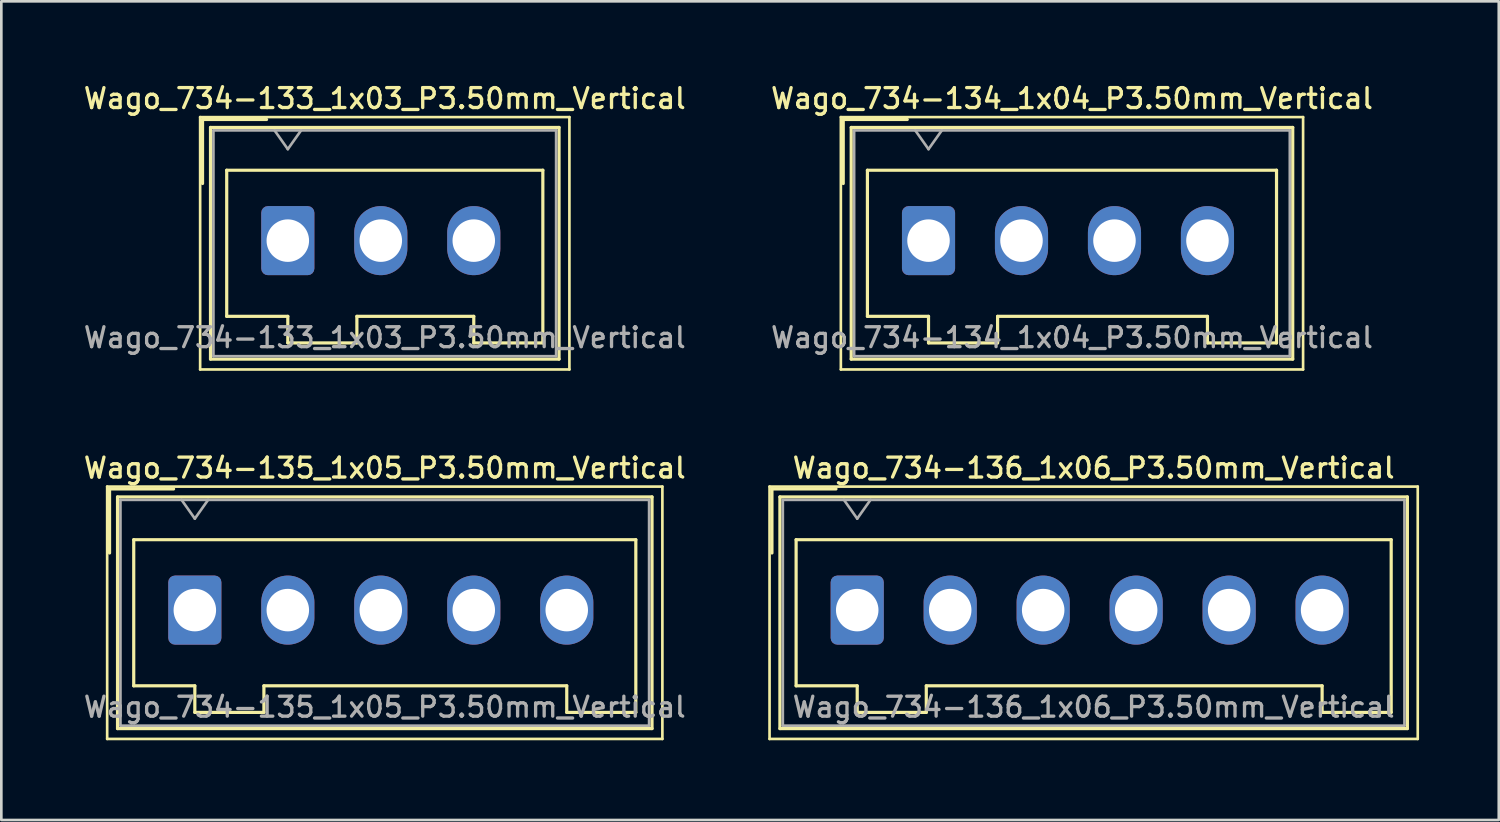
<source format=kicad_pcb>
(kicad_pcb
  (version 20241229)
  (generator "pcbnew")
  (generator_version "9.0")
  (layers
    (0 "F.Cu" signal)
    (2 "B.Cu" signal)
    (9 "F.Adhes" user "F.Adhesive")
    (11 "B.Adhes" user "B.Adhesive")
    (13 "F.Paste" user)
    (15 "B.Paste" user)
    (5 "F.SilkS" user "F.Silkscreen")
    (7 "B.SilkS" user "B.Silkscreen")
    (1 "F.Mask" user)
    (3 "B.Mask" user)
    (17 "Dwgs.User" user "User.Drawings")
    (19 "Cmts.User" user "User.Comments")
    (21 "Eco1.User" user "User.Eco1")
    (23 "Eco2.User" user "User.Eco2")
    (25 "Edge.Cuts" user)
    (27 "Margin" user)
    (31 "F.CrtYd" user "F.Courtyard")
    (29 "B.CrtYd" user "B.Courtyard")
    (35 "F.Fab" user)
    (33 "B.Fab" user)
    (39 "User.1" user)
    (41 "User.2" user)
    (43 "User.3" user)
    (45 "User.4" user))
  (footprint "Wago_734-133_1x03_P3.50mm_Vertical"
    (layer "F.Cu")
    (at 7.784 6.008)
    (property "Reference" "Wago_734-133_1x03_P3.50mm_Vertical" (at 3.65 -5.35 0) (layer "F.SilkS") (effects (font (size 0.75 0.75) (thickness 0.125))))
    (attr through_hole)
    (fp_line (start -3.3 -4.65) (end -3.3 4.85) (stroke (width 0.1) (type solid)) (layer "F.SilkS"))
    (fp_line (start -3.3 4.85) (end 10.6 4.85) (stroke (width 0.1) (type solid)) (layer "F.SilkS"))
    (fp_line (start -3.21 -4.56) (end -0.8 -4.56) (stroke (width 0.12) (type solid)) (layer "F.SilkS"))
    (fp_line (start -3.21 -2.15) (end -3.21 -4.56) (stroke (width 0.12) (type solid)) (layer "F.SilkS"))
    (fp_line (start -2.91 -4.26) (end -2.91 4.46) (stroke (width 0.12) (type solid)) (layer "F.SilkS"))
    (fp_line (start -2.91 4.46) (end 10.21 4.46) (stroke (width 0.12) (type solid)) (layer "F.SilkS"))
    (fp_line (start -2.3 -2.65) (end -2.3 2.85) (stroke (width 0.12) (type solid)) (layer "F.SilkS"))
    (fp_line (start -2.3 2.85) (end 0 2.85) (stroke (width 0.12) (type solid)) (layer "F.SilkS"))
    (fp_line (start 0 2.85) (end 0 3.85) (stroke (width 0.12) (type solid)) (layer "F.SilkS"))
    (fp_line (start 0 3.85) (end 2.6 3.85) (stroke (width 0.12) (type solid)) (layer "F.SilkS"))
    (fp_line (start 2.6 2.85) (end 7 2.85) (stroke (width 0.12) (type solid)) (layer "F.SilkS"))
    (fp_line (start 2.6 3.85) (end 2.6 2.85) (stroke (width 0.12) (type solid)) (layer "F.SilkS"))
    (fp_line (start 7 2.85) (end 7 3.85) (stroke (width 0.12) (type solid)) (layer "F.SilkS"))
    (fp_line (start 7 3.85) (end 9.6 3.85) (stroke (width 0.12) (type solid)) (layer "F.SilkS"))
    (fp_line (start 9.6 -2.65) (end -2.3 -2.65) (stroke (width 0.12) (type solid)) (layer "F.SilkS"))
    (fp_line (start 9.6 3.85) (end 9.6 -2.65) (stroke (width 0.12) (type solid)) (layer "F.SilkS"))
    (fp_line (start 10.21 -4.26) (end -2.91 -4.26) (stroke (width 0.12) (type solid)) (layer "F.SilkS"))
    (fp_line (start 10.21 4.46) (end 10.21 -4.26) (stroke (width 0.12) (type solid)) (layer "F.SilkS"))
    (fp_line (start 10.6 -4.65) (end -3.3 -4.65) (stroke (width 0.1) (type solid)) (layer "F.SilkS"))
    (fp_line (start 10.6 4.85) (end 10.6 -4.65) (stroke (width 0.1) (type solid)) (layer "F.SilkS"))
    (fp_line (start -2.8 -4.15) (end -2.8 4.35) (stroke (width 0.1) (type solid)) (layer "F.Fab"))
    (fp_line (start -2.8 4.35) (end 10.1 4.35) (stroke (width 0.1) (type solid)) (layer "F.Fab"))
    (fp_line (start -0.5 -4.15) (end 0 -3.443) (stroke (width 0.1) (type solid)) (layer "F.Fab"))
    (fp_line (start 0 -3.443) (end 0.5 -4.15) (stroke (width 0.1) (type solid)) (layer "F.Fab"))
    (fp_line (start 10.1 -4.15) (end -2.8 -4.15) (stroke (width 0.1) (type solid)) (layer "F.Fab"))
    (fp_line (start 10.1 4.35) (end 10.1 -4.15) (stroke (width 0.1) (type solid)) (layer "F.Fab"))
    (fp_text user "${REFERENCE}" (at 3.65 3.65 0) (layer "F.Fab") (effects (font (size 0.75 0.75) (thickness 0.125))))
    (pad "1" thru_hole roundrect (at 0 0) (size 2 2.6) (drill 1.6) (layers "*.Cu" "*.Mask") (roundrect_rratio 0.125))
    (pad "2" thru_hole oval (at 3.5 0) (size 2 2.6) (drill 1.6) (layers "*.Cu" "*.Mask"))
    (pad "3" thru_hole oval (at 7 0) (size 2 2.6) (drill 1.6) (layers "*.Cu" "*.Mask")))
  (footprint "Wago_734-136_1x06_P3.50mm_Vertical"
    (layer "F.Cu")
    (at 29.218 19.916)
    (property "Reference" "Wago_734-136_1x06_P3.50mm_Vertical" (at 8.9 -5.35 0) (layer "F.SilkS") (effects (font (size 0.75 0.75) (thickness 0.125))))
    (attr through_hole)
    (fp_line (start -3.3 -4.65) (end -3.3 4.85) (stroke (width 0.1) (type solid)) (layer "F.SilkS"))
    (fp_line (start -3.3 4.85) (end 21.1 4.85) (stroke (width 0.1) (type solid)) (layer "F.SilkS"))
    (fp_line (start -3.21 -4.56) (end -0.8 -4.56) (stroke (width 0.12) (type solid)) (layer "F.SilkS"))
    (fp_line (start -3.21 -2.15) (end -3.21 -4.56) (stroke (width 0.12) (type solid)) (layer "F.SilkS"))
    (fp_line (start -2.91 -4.26) (end -2.91 4.46) (stroke (width 0.12) (type solid)) (layer "F.SilkS"))
    (fp_line (start -2.91 4.46) (end 20.71 4.46) (stroke (width 0.12) (type solid)) (layer "F.SilkS"))
    (fp_line (start -2.3 -2.65) (end -2.3 2.85) (stroke (width 0.12) (type solid)) (layer "F.SilkS"))
    (fp_line (start -2.3 2.85) (end 0 2.85) (stroke (width 0.12) (type solid)) (layer "F.SilkS"))
    (fp_line (start 0 2.85) (end 0 3.85) (stroke (width 0.12) (type solid)) (layer "F.SilkS"))
    (fp_line (start 0 3.85) (end 2.6 3.85) (stroke (width 0.12) (type solid)) (layer "F.SilkS"))
    (fp_line (start 2.6 2.85) (end 17.5 2.85) (stroke (width 0.12) (type solid)) (layer "F.SilkS"))
    (fp_line (start 2.6 3.85) (end 2.6 2.85) (stroke (width 0.12) (type solid)) (layer "F.SilkS"))
    (fp_line (start 17.5 2.85) (end 17.5 3.85) (stroke (width 0.12) (type solid)) (layer "F.SilkS"))
    (fp_line (start 17.5 3.85) (end 20.1 3.85) (stroke (width 0.12) (type solid)) (layer "F.SilkS"))
    (fp_line (start 20.1 -2.65) (end -2.3 -2.65) (stroke (width 0.12) (type solid)) (layer "F.SilkS"))
    (fp_line (start 20.1 3.85) (end 20.1 -2.65) (stroke (width 0.12) (type solid)) (layer "F.SilkS"))
    (fp_line (start 20.71 -4.26) (end -2.91 -4.26) (stroke (width 0.12) (type solid)) (layer "F.SilkS"))
    (fp_line (start 20.71 4.46) (end 20.71 -4.26) (stroke (width 0.12) (type solid)) (layer "F.SilkS"))
    (fp_line (start 21.1 -4.65) (end -3.3 -4.65) (stroke (width 0.1) (type solid)) (layer "F.SilkS"))
    (fp_line (start 21.1 4.85) (end 21.1 -4.65) (stroke (width 0.1) (type solid)) (layer "F.SilkS"))
    (fp_line (start -2.8 -4.15) (end -2.8 4.35) (stroke (width 0.1) (type solid)) (layer "F.Fab"))
    (fp_line (start -2.8 4.35) (end 20.6 4.35) (stroke (width 0.1) (type solid)) (layer "F.Fab"))
    (fp_line (start -0.5 -4.15) (end 0 -3.443) (stroke (width 0.1) (type solid)) (layer "F.Fab"))
    (fp_line (start 0 -3.443) (end 0.5 -4.15) (stroke (width 0.1) (type solid)) (layer "F.Fab"))
    (fp_line (start 20.6 -4.15) (end -2.8 -4.15) (stroke (width 0.1) (type solid)) (layer "F.Fab"))
    (fp_line (start 20.6 4.35) (end 20.6 -4.15) (stroke (width 0.1) (type solid)) (layer "F.Fab"))
    (fp_text user "${REFERENCE}" (at 8.9 3.65 0) (layer "F.Fab") (effects (font (size 0.75 0.75) (thickness 0.125))))
    (pad "1" thru_hole roundrect (at 0 0) (size 2 2.6) (drill 1.6) (layers "*.Cu" "*.Mask") (roundrect_rratio 0.125))
    (pad "2" thru_hole oval (at 3.5 0) (size 2 2.6) (drill 1.6) (layers "*.Cu" "*.Mask"))
    (pad "3" thru_hole oval (at 7 0) (size 2 2.6) (drill 1.6) (layers "*.Cu" "*.Mask"))
    (pad "4" thru_hole oval (at 10.5 0) (size 2 2.6) (drill 1.6) (layers "*.Cu" "*.Mask"))
    (pad "5" thru_hole oval (at 14 0) (size 2 2.6) (drill 1.6) (layers "*.Cu" "*.Mask"))
    (pad "6" thru_hole oval (at 17.5 0) (size 2 2.6) (drill 1.6) (layers "*.Cu" "*.Mask")))
  (footprint "Wago_734-135_1x05_P3.50mm_Vertical"
    (layer "F.Cu")
    (at 4.284 19.916)
    (property "Reference" "Wago_734-135_1x05_P3.50mm_Vertical" (at 7.15 -5.35 0) (layer "F.SilkS") (effects (font (size 0.75 0.75) (thickness 0.125))))
    (attr through_hole)
    (fp_line (start -3.3 -4.65) (end -3.3 4.85) (stroke (width 0.1) (type solid)) (layer "F.SilkS"))
    (fp_line (start -3.3 4.85) (end 17.6 4.85) (stroke (width 0.1) (type solid)) (layer "F.SilkS"))
    (fp_line (start -3.21 -4.56) (end -0.8 -4.56) (stroke (width 0.12) (type solid)) (layer "F.SilkS"))
    (fp_line (start -3.21 -2.15) (end -3.21 -4.56) (stroke (width 0.12) (type solid)) (layer "F.SilkS"))
    (fp_line (start -2.91 -4.26) (end -2.91 4.46) (stroke (width 0.12) (type solid)) (layer "F.SilkS"))
    (fp_line (start -2.91 4.46) (end 17.21 4.46) (stroke (width 0.12) (type solid)) (layer "F.SilkS"))
    (fp_line (start -2.3 -2.65) (end -2.3 2.85) (stroke (width 0.12) (type solid)) (layer "F.SilkS"))
    (fp_line (start -2.3 2.85) (end 0 2.85) (stroke (width 0.12) (type solid)) (layer "F.SilkS"))
    (fp_line (start 0 2.85) (end 0 3.85) (stroke (width 0.12) (type solid)) (layer "F.SilkS"))
    (fp_line (start 0 3.85) (end 2.6 3.85) (stroke (width 0.12) (type solid)) (layer "F.SilkS"))
    (fp_line (start 2.6 2.85) (end 14 2.85) (stroke (width 0.12) (type solid)) (layer "F.SilkS"))
    (fp_line (start 2.6 3.85) (end 2.6 2.85) (stroke (width 0.12) (type solid)) (layer "F.SilkS"))
    (fp_line (start 14 2.85) (end 14 3.85) (stroke (width 0.12) (type solid)) (layer "F.SilkS"))
    (fp_line (start 14 3.85) (end 16.6 3.85) (stroke (width 0.12) (type solid)) (layer "F.SilkS"))
    (fp_line (start 16.6 -2.65) (end -2.3 -2.65) (stroke (width 0.12) (type solid)) (layer "F.SilkS"))
    (fp_line (start 16.6 3.85) (end 16.6 -2.65) (stroke (width 0.12) (type solid)) (layer "F.SilkS"))
    (fp_line (start 17.21 -4.26) (end -2.91 -4.26) (stroke (width 0.12) (type solid)) (layer "F.SilkS"))
    (fp_line (start 17.21 4.46) (end 17.21 -4.26) (stroke (width 0.12) (type solid)) (layer "F.SilkS"))
    (fp_line (start 17.6 -4.65) (end -3.3 -4.65) (stroke (width 0.1) (type solid)) (layer "F.SilkS"))
    (fp_line (start 17.6 4.85) (end 17.6 -4.65) (stroke (width 0.1) (type solid)) (layer "F.SilkS"))
    (fp_line (start -2.8 -4.15) (end -2.8 4.35) (stroke (width 0.1) (type solid)) (layer "F.Fab"))
    (fp_line (start -2.8 4.35) (end 17.1 4.35) (stroke (width 0.1) (type solid)) (layer "F.Fab"))
    (fp_line (start -0.5 -4.15) (end 0 -3.443) (stroke (width 0.1) (type solid)) (layer "F.Fab"))
    (fp_line (start 0 -3.443) (end 0.5 -4.15) (stroke (width 0.1) (type solid)) (layer "F.Fab"))
    (fp_line (start 17.1 -4.15) (end -2.8 -4.15) (stroke (width 0.1) (type solid)) (layer "F.Fab"))
    (fp_line (start 17.1 4.35) (end 17.1 -4.15) (stroke (width 0.1) (type solid)) (layer "F.Fab"))
    (fp_text user "${REFERENCE}" (at 7.15 3.65 0) (layer "F.Fab") (effects (font (size 0.75 0.75) (thickness 0.125))))
    (pad "1" thru_hole roundrect (at 0 0) (size 2 2.6) (drill 1.6) (layers "*.Cu" "*.Mask") (roundrect_rratio 0.125))
    (pad "2" thru_hole oval (at 3.5 0) (size 2 2.6) (drill 1.6) (layers "*.Cu" "*.Mask"))
    (pad "3" thru_hole oval (at 7 0) (size 2 2.6) (drill 1.6) (layers "*.Cu" "*.Mask"))
    (pad "4" thru_hole oval (at 10.5 0) (size 2 2.6) (drill 1.6) (layers "*.Cu" "*.Mask"))
    (pad "5" thru_hole oval (at 14 0) (size 2 2.6) (drill 1.6) (layers "*.Cu" "*.Mask")))
  (footprint "Wago_734-134_1x04_P3.50mm_Vertical"
    (layer "F.Cu")
    (at 31.902 6.008)
    (property "Reference" "Wago_734-134_1x04_P3.50mm_Vertical" (at 5.4 -5.35 0) (layer "F.SilkS") (effects (font (size 0.75 0.75) (thickness 0.125))))
    (attr through_hole)
    (fp_line (start -3.3 -4.65) (end -3.3 4.85) (stroke (width 0.1) (type solid)) (layer "F.SilkS"))
    (fp_line (start -3.3 4.85) (end 14.1 4.85) (stroke (width 0.1) (type solid)) (layer "F.SilkS"))
    (fp_line (start -3.21 -4.56) (end -0.8 -4.56) (stroke (width 0.12) (type solid)) (layer "F.SilkS"))
    (fp_line (start -3.21 -2.15) (end -3.21 -4.56) (stroke (width 0.12) (type solid)) (layer "F.SilkS"))
    (fp_line (start -2.91 -4.26) (end -2.91 4.46) (stroke (width 0.12) (type solid)) (layer "F.SilkS"))
    (fp_line (start -2.91 4.46) (end 13.71 4.46) (stroke (width 0.12) (type solid)) (layer "F.SilkS"))
    (fp_line (start -2.3 -2.65) (end -2.3 2.85) (stroke (width 0.12) (type solid)) (layer "F.SilkS"))
    (fp_line (start -2.3 2.85) (end 0 2.85) (stroke (width 0.12) (type solid)) (layer "F.SilkS"))
    (fp_line (start 0 2.85) (end 0 3.85) (stroke (width 0.12) (type solid)) (layer "F.SilkS"))
    (fp_line (start 0 3.85) (end 2.6 3.85) (stroke (width 0.12) (type solid)) (layer "F.SilkS"))
    (fp_line (start 2.6 2.85) (end 10.5 2.85) (stroke (width 0.12) (type solid)) (layer "F.SilkS"))
    (fp_line (start 2.6 3.85) (end 2.6 2.85) (stroke (width 0.12) (type solid)) (layer "F.SilkS"))
    (fp_line (start 10.5 2.85) (end 10.5 3.85) (stroke (width 0.12) (type solid)) (layer "F.SilkS"))
    (fp_line (start 10.5 3.85) (end 13.1 3.85) (stroke (width 0.12) (type solid)) (layer "F.SilkS"))
    (fp_line (start 13.1 -2.65) (end -2.3 -2.65) (stroke (width 0.12) (type solid)) (layer "F.SilkS"))
    (fp_line (start 13.1 3.85) (end 13.1 -2.65) (stroke (width 0.12) (type solid)) (layer "F.SilkS"))
    (fp_line (start 13.71 -4.26) (end -2.91 -4.26) (stroke (width 0.12) (type solid)) (layer "F.SilkS"))
    (fp_line (start 13.71 4.46) (end 13.71 -4.26) (stroke (width 0.12) (type solid)) (layer "F.SilkS"))
    (fp_line (start 14.1 -4.65) (end -3.3 -4.65) (stroke (width 0.1) (type solid)) (layer "F.SilkS"))
    (fp_line (start 14.1 4.85) (end 14.1 -4.65) (stroke (width 0.1) (type solid)) (layer "F.SilkS"))
    (fp_line (start -2.8 -4.15) (end -2.8 4.35) (stroke (width 0.1) (type solid)) (layer "F.Fab"))
    (fp_line (start -2.8 4.35) (end 13.6 4.35) (stroke (width 0.1) (type solid)) (layer "F.Fab"))
    (fp_line (start -0.5 -4.15) (end 0 -3.443) (stroke (width 0.1) (type solid)) (layer "F.Fab"))
    (fp_line (start 0 -3.443) (end 0.5 -4.15) (stroke (width 0.1) (type solid)) (layer "F.Fab"))
    (fp_line (start 13.6 -4.15) (end -2.8 -4.15) (stroke (width 0.1) (type solid)) (layer "F.Fab"))
    (fp_line (start 13.6 4.35) (end 13.6 -4.15) (stroke (width 0.1) (type solid)) (layer "F.Fab"))
    (fp_text user "${REFERENCE}" (at 5.4 3.65 0) (layer "F.Fab") (effects (font (size 0.75 0.75) (thickness 0.125))))
    (pad "1" thru_hole roundrect (at 0 0) (size 2 2.6) (drill 1.6) (layers "*.Cu" "*.Mask") (roundrect_rratio 0.125))
    (pad "2" thru_hole oval (at 3.5 0) (size 2 2.6) (drill 1.6) (layers "*.Cu" "*.Mask"))
    (pad "3" thru_hole oval (at 7 0) (size 2 2.6) (drill 1.6) (layers "*.Cu" "*.Mask"))
    (pad "4" thru_hole oval (at 10.5 0) (size 2 2.6) (drill 1.6) (layers "*.Cu" "*.Mask")))
  (gr_rect
    (start -3 -3)
    (end 53.368 27.816)
    (stroke (width 0.1) (type default))
    (fill no)
    (layer "Edge.Cuts")))
</source>
